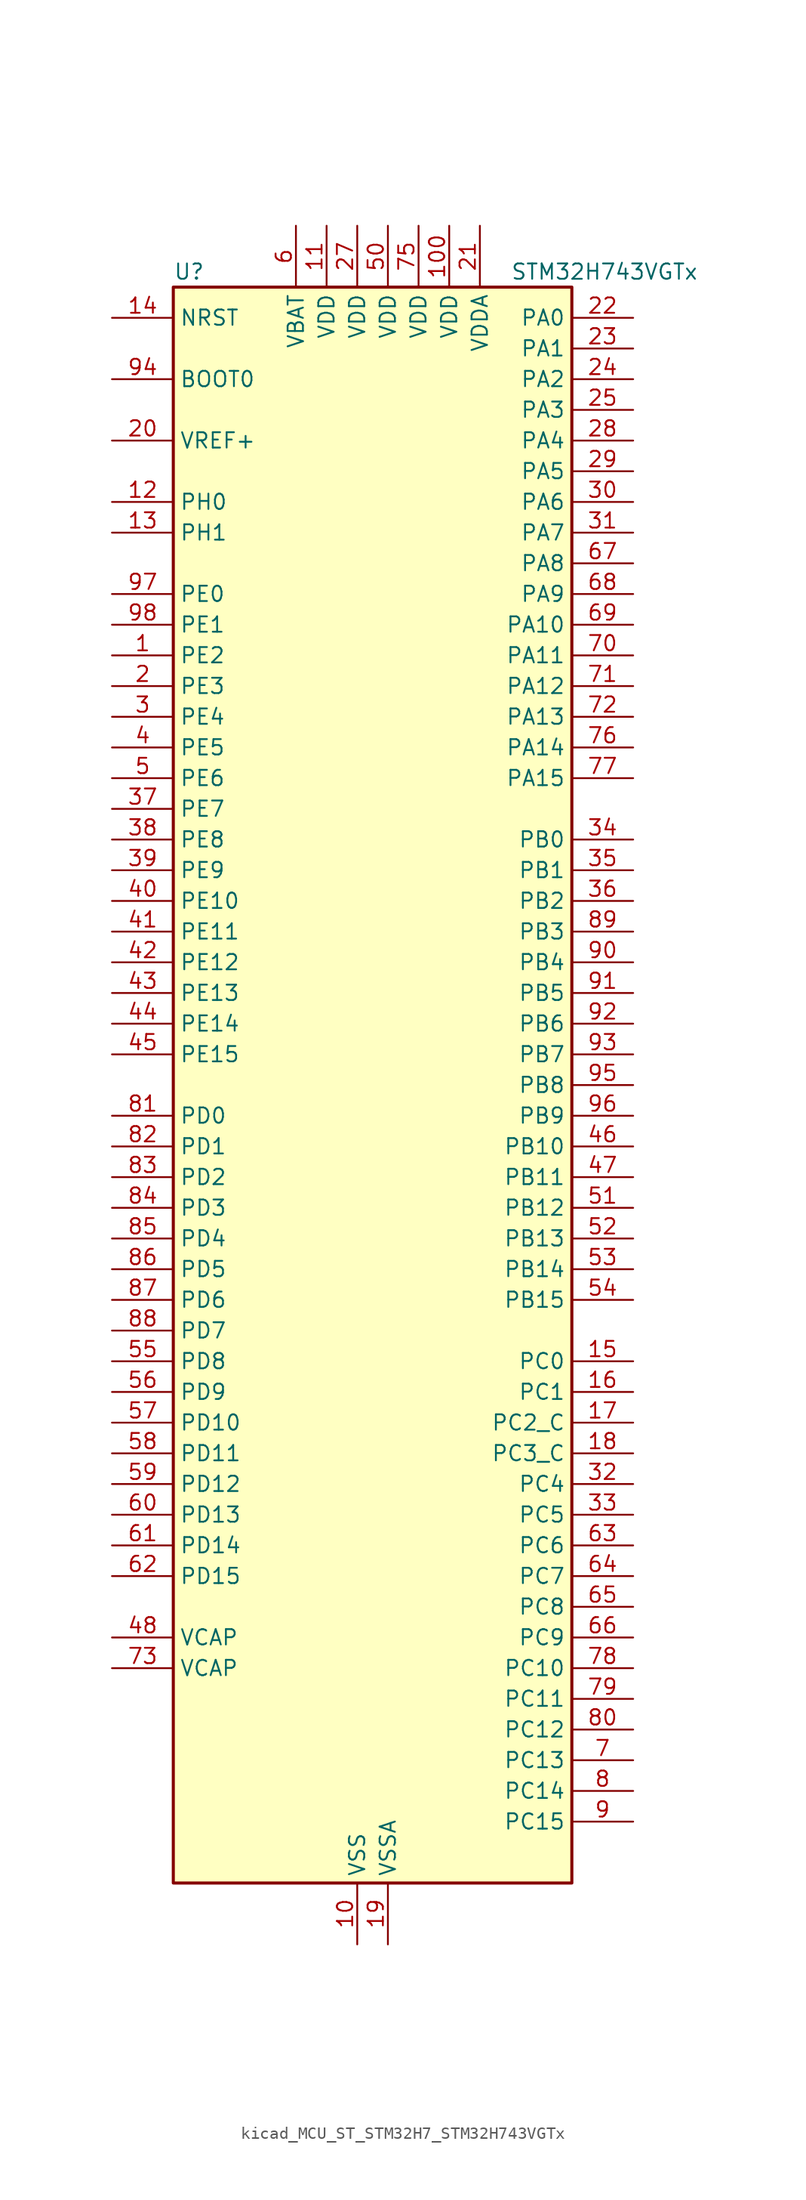
<source format=kicad_sym>
(kicad_symbol_lib
  (version 20220914)
  (generator kicad_symbol_editor)
  (symbol "kicad_MCU_ST_STM32H7_STM32H743VGTx"
    (property "Reference" "U"
      (at -15.24 67.31 0)
      (effects (font (size 1.27 1.27)) (justify left)))
    (property "Value" "STM32H743VGTx"
      (at 12.7 67.31 0)
      (effects (font (size 1.27 1.27)) (justify left)))
    (property "ki_locked" ""
      (at 0 0 0)
      (effects (font (size 1.27 1.27))))
    (symbol "kicad_MCU_ST_STM32H7_STM32H743VGTx_0_1"
      (rectangle (start -15.24 -66.04) (end 17.78 66.04) (stroke (width 0.254) (type default)) (fill (type background))))
    (symbol "kicad_MCU_ST_STM32H7_STM32H743VGTx_1_1"
      (pin bidirectional line (at -20.32 35.56 0) (length 5.08) (name "PE2" (effects (font (size 1.27 1.27)))) (number "1" (effects (font (size 1.27 1.27)))) (alternate "DEBUG_TRACECLK" bidirectional line) (alternate "ETH_TXD3" bidirectional line) (alternate "FMC_A23" bidirectional line) (alternate "QUADSPI_BK1_IO2" bidirectional line) (alternate "SAI1_CK1" bidirectional line) (alternate "SAI1_MCLK_A" bidirectional line) (alternate "SAI4_CK1" bidirectional line) (alternate "SAI4_MCLK_A" bidirectional line) (alternate "SPI4_SCK" bidirectional line))
      (pin power_in line (at 0 -71.12 90) (length 5.08) (name "VSS" (effects (font (size 1.27 1.27)))) (number "10" (effects (font (size 1.27 1.27)))))
      (pin power_in line (at 7.62 71.12 270) (length 5.08) (name "VDD" (effects (font (size 1.27 1.27)))) (number "100" (effects (font (size 1.27 1.27)))))
      (pin power_in line (at -2.54 71.12 270) (length 5.08) (name "VDD" (effects (font (size 1.27 1.27)))) (number "11" (effects (font (size 1.27 1.27)))))
      (pin bidirectional line (at -20.32 48.26 0) (length 5.08) (name "PH0" (effects (font (size 1.27 1.27)))) (number "12" (effects (font (size 1.27 1.27)))) (alternate "RCC_OSC_IN" bidirectional line))
      (pin bidirectional line (at -20.32 45.72 0) (length 5.08) (name "PH1" (effects (font (size 1.27 1.27)))) (number "13" (effects (font (size 1.27 1.27)))) (alternate "RCC_OSC_OUT" bidirectional line))
      (pin input line (at -20.32 63.5 0) (length 5.08) (name "NRST" (effects (font (size 1.27 1.27)))) (number "14" (effects (font (size 1.27 1.27)))))
      (pin bidirectional line (at 22.86 -22.86 180) (length 5.08) (name "PC0" (effects (font (size 1.27 1.27)))) (number "15" (effects (font (size 1.27 1.27)))) (alternate "ADC1_INP10" bidirectional line) (alternate "ADC2_INP10" bidirectional line) (alternate "ADC3_INP10" bidirectional line) (alternate "DFSDM1_CKIN0" bidirectional line) (alternate "DFSDM1_DATIN4" bidirectional line) (alternate "FMC_SDNWE" bidirectional line) (alternate "LTDC_R5" bidirectional line) (alternate "SAI2_FS_B" bidirectional line) (alternate "USB_OTG_HS_ULPI_STP" bidirectional line))
      (pin bidirectional line (at 22.86 -25.4 180) (length 5.08) (name "PC1" (effects (font (size 1.27 1.27)))) (number "16" (effects (font (size 1.27 1.27)))) (alternate "ADC1_INN10" bidirectional line) (alternate "ADC1_INP11" bidirectional line) (alternate "ADC2_INN10" bidirectional line) (alternate "ADC2_INP11" bidirectional line) (alternate "ADC3_INN10" bidirectional line) (alternate "ADC3_INP11" bidirectional line) (alternate "DEBUG_TRACED0" bidirectional line) (alternate "DFSDM1_CKIN4" bidirectional line) (alternate "DFSDM1_DATIN0" bidirectional line) (alternate "ETH_MDC" bidirectional line) (alternate "I2S2_SDO" bidirectional line) (alternate "MDIOS_MDC" bidirectional line) (alternate "PWR_WKUP5" bidirectional line) (alternate "RTC_TAMP3" bidirectional line) (alternate "SAI1_D1" bidirectional line) (alternate "SAI1_SD_A" bidirectional line) (alternate "SAI4_D1" bidirectional line) (alternate "SAI4_SD_A" bidirectional line) (alternate "SDMMC2_CK" bidirectional line) (alternate "SPI2_MOSI" bidirectional line))
      (pin bidirectional line (at 22.86 -27.94 180) (length 5.08) (name "PC2_C" (effects (font (size 1.27 1.27)))) (number "17" (effects (font (size 1.27 1.27)))) (alternate "ADC3_INN1" bidirectional line) (alternate "ADC3_INP0" bidirectional line) (alternate "DFSDM1_CKIN1" bidirectional line) (alternate "DFSDM1_CKOUT" bidirectional line) (alternate "ETH_TXD2" bidirectional line) (alternate "FMC_SDNE0" bidirectional line) (alternate "I2S2_SDI" bidirectional line) (alternate "PWR_CSTOP" bidirectional line) (alternate "SPI2_MISO" bidirectional line) (alternate "USB_OTG_HS_ULPI_DIR" bidirectional line))
      (pin bidirectional line (at 22.86 -30.48 180) (length 5.08) (name "PC3_C" (effects (font (size 1.27 1.27)))) (number "18" (effects (font (size 1.27 1.27)))) (alternate "ADC3_INP1" bidirectional line) (alternate "DFSDM1_DATIN1" bidirectional line) (alternate "ETH_TX_CLK" bidirectional line) (alternate "FMC_SDCKE0" bidirectional line) (alternate "I2S2_SDO" bidirectional line) (alternate "PWR_CSLEEP" bidirectional line) (alternate "SPI2_MOSI" bidirectional line) (alternate "USB_OTG_HS_ULPI_NXT" bidirectional line))
      (pin power_in line (at 2.54 -71.12 90) (length 5.08) (name "VSSA" (effects (font (size 1.27 1.27)))) (number "19" (effects (font (size 1.27 1.27)))))
      (pin bidirectional line (at -20.32 33.02 0) (length 5.08) (name "PE3" (effects (font (size 1.27 1.27)))) (number "2" (effects (font (size 1.27 1.27)))) (alternate "DEBUG_TRACED0" bidirectional line) (alternate "FMC_A19" bidirectional line) (alternate "SAI1_SD_B" bidirectional line) (alternate "SAI4_SD_B" bidirectional line) (alternate "TIM15_BKIN" bidirectional line))
      (pin input line (at -20.32 53.34 0) (length 5.08) (name "VREF+" (effects (font (size 1.27 1.27)))) (number "20" (effects (font (size 1.27 1.27)))) (alternate "VREFBUF_OUT" bidirectional line))
      (pin power_in line (at 10.16 71.12 270) (length 5.08) (name "VDDA" (effects (font (size 1.27 1.27)))) (number "21" (effects (font (size 1.27 1.27)))))
      (pin bidirectional line (at 22.86 63.5 180) (length 5.08) (name "PA0" (effects (font (size 1.27 1.27)))) (number "22" (effects (font (size 1.27 1.27)))) (alternate "ADC1_INP16" bidirectional line) (alternate "ETH_CRS" bidirectional line) (alternate "PWR_WKUP0" bidirectional line) (alternate "SAI2_SD_B" bidirectional line) (alternate "SDMMC2_CMD" bidirectional line) (alternate "TIM15_BKIN" bidirectional line) (alternate "TIM2_CH1" bidirectional line) (alternate "TIM2_ETR" bidirectional line) (alternate "TIM5_CH1" bidirectional line) (alternate "TIM8_ETR" bidirectional line) (alternate "UART4_TX" bidirectional line) (alternate "USART2_CTS" bidirectional line) (alternate "USART2_NSS" bidirectional line))
      (pin bidirectional line (at 22.86 60.96 180) (length 5.08) (name "PA1" (effects (font (size 1.27 1.27)))) (number "23" (effects (font (size 1.27 1.27)))) (alternate "ADC1_INN16" bidirectional line) (alternate "ADC1_INP17" bidirectional line) (alternate "ETH_REF_CLK" bidirectional line) (alternate "ETH_RX_CLK" bidirectional line) (alternate "LPTIM3_OUT" bidirectional line) (alternate "LTDC_R2" bidirectional line) (alternate "QUADSPI_BK1_IO3" bidirectional line) (alternate "SAI2_MCLK_B" bidirectional line) (alternate "TIM15_CH1N" bidirectional line) (alternate "TIM2_CH2" bidirectional line) (alternate "TIM5_CH2" bidirectional line) (alternate "UART4_RX" bidirectional line) (alternate "USART2_DE" bidirectional line) (alternate "USART2_RTS" bidirectional line))
      (pin bidirectional line (at 22.86 58.42 180) (length 5.08) (name "PA2" (effects (font (size 1.27 1.27)))) (number "24" (effects (font (size 1.27 1.27)))) (alternate "ADC1_INP14" bidirectional line) (alternate "ADC2_INP14" bidirectional line) (alternate "ETH_MDIO" bidirectional line) (alternate "LPTIM4_OUT" bidirectional line) (alternate "LTDC_R1" bidirectional line) (alternate "MDIOS_MDIO" bidirectional line) (alternate "PWR_WKUP1" bidirectional line) (alternate "SAI2_SCK_B" bidirectional line) (alternate "TIM15_CH1" bidirectional line) (alternate "TIM2_CH3" bidirectional line) (alternate "TIM5_CH3" bidirectional line) (alternate "USART2_TX" bidirectional line))
      (pin bidirectional line (at 22.86 55.88 180) (length 5.08) (name "PA3" (effects (font (size 1.27 1.27)))) (number "25" (effects (font (size 1.27 1.27)))) (alternate "ADC1_INP15" bidirectional line) (alternate "ADC2_INP15" bidirectional line) (alternate "ETH_COL" bidirectional line) (alternate "LPTIM5_OUT" bidirectional line) (alternate "LTDC_B2" bidirectional line) (alternate "LTDC_B5" bidirectional line) (alternate "TIM15_CH2" bidirectional line) (alternate "TIM2_CH4" bidirectional line) (alternate "TIM5_CH4" bidirectional line) (alternate "USART2_RX" bidirectional line) (alternate "USB_OTG_HS_ULPI_D0" bidirectional line))
      (pin passive line (at 0 -71.12 90) (length 5.08) hide (name "VSS" (effects (font (size 1.27 1.27)))) (number "26" (effects (font (size 1.27 1.27)))))
      (pin power_in line (at 0 71.12 270) (length 5.08) (name "VDD" (effects (font (size 1.27 1.27)))) (number "27" (effects (font (size 1.27 1.27)))))
      (pin bidirectional line (at 22.86 53.34 180) (length 5.08) (name "PA4" (effects (font (size 1.27 1.27)))) (number "28" (effects (font (size 1.27 1.27)))) (alternate "ADC1_INP18" bidirectional line) (alternate "ADC2_INP18" bidirectional line) (alternate "DAC1_OUT1" bidirectional line) (alternate "DCMI_HSYNC" bidirectional line) (alternate "I2S1_WS" bidirectional line) (alternate "I2S3_WS" bidirectional line) (alternate "LTDC_VSYNC" bidirectional line) (alternate "SPI1_NSS" bidirectional line) (alternate "SPI3_NSS" bidirectional line) (alternate "SPI6_NSS" bidirectional line) (alternate "TIM5_ETR" bidirectional line) (alternate "USART2_CK" bidirectional line) (alternate "USB_OTG_HS_SOF" bidirectional line))
      (pin bidirectional line (at 22.86 50.8 180) (length 5.08) (name "PA5" (effects (font (size 1.27 1.27)))) (number "29" (effects (font (size 1.27 1.27)))) (alternate "ADC1_INN18" bidirectional line) (alternate "ADC1_INP19" bidirectional line) (alternate "ADC2_INN18" bidirectional line) (alternate "ADC2_INP19" bidirectional line) (alternate "DAC1_OUT2" bidirectional line) (alternate "I2S1_CK" bidirectional line) (alternate "LTDC_R4" bidirectional line) (alternate "PWR_NDSTOP2" bidirectional line) (alternate "SPI1_SCK" bidirectional line) (alternate "SPI6_SCK" bidirectional line) (alternate "TIM2_CH1" bidirectional line) (alternate "TIM2_ETR" bidirectional line) (alternate "TIM8_CH1N" bidirectional line) (alternate "USB_OTG_HS_ULPI_CK" bidirectional line))
      (pin bidirectional line (at -20.32 30.48 0) (length 5.08) (name "PE4" (effects (font (size 1.27 1.27)))) (number "3" (effects (font (size 1.27 1.27)))) (alternate "DCMI_D4" bidirectional line) (alternate "DEBUG_TRACED1" bidirectional line) (alternate "DFSDM1_DATIN3" bidirectional line) (alternate "FMC_A20" bidirectional line) (alternate "LTDC_B0" bidirectional line) (alternate "SAI1_D2" bidirectional line) (alternate "SAI1_FS_A" bidirectional line) (alternate "SAI4_D2" bidirectional line) (alternate "SAI4_FS_A" bidirectional line) (alternate "SPI4_NSS" bidirectional line) (alternate "TIM15_CH1N" bidirectional line))
      (pin bidirectional line (at 22.86 48.26 180) (length 5.08) (name "PA6" (effects (font (size 1.27 1.27)))) (number "30" (effects (font (size 1.27 1.27)))) (alternate "ADC1_INP3" bidirectional line) (alternate "ADC2_INP3" bidirectional line) (alternate "DCMI_PIXCLK" bidirectional line) (alternate "I2S1_SDI" bidirectional line) (alternate "LTDC_G2" bidirectional line) (alternate "MDIOS_MDC" bidirectional line) (alternate "SPI1_MISO" bidirectional line) (alternate "SPI6_MISO" bidirectional line) (alternate "TIM13_CH1" bidirectional line) (alternate "TIM1_BKIN" bidirectional line) (alternate "TIM1_BKIN_COMP1" bidirectional line) (alternate "TIM1_BKIN_COMP2" bidirectional line) (alternate "TIM3_CH1" bidirectional line) (alternate "TIM8_BKIN" bidirectional line) (alternate "TIM8_BKIN_COMP1" bidirectional line) (alternate "TIM8_BKIN_COMP2" bidirectional line))
      (pin bidirectional line (at 22.86 45.72 180) (length 5.08) (name "PA7" (effects (font (size 1.27 1.27)))) (number "31" (effects (font (size 1.27 1.27)))) (alternate "ADC1_INN3" bidirectional line) (alternate "ADC1_INP7" bidirectional line) (alternate "ADC2_INN3" bidirectional line) (alternate "ADC2_INP7" bidirectional line) (alternate "ETH_CRS_DV" bidirectional line) (alternate "ETH_RX_DV" bidirectional line) (alternate "FMC_SDNWE" bidirectional line) (alternate "I2S1_SDO" bidirectional line) (alternate "OPAMP1_VINM" bidirectional line) (alternate "OPAMP1_VINM1" bidirectional line) (alternate "SPI1_MOSI" bidirectional line) (alternate "SPI6_MOSI" bidirectional line) (alternate "TIM14_CH1" bidirectional line) (alternate "TIM1_CH1N" bidirectional line) (alternate "TIM3_CH2" bidirectional line) (alternate "TIM8_CH1N" bidirectional line))
      (pin bidirectional line (at 22.86 -33.02 180) (length 5.08) (name "PC4" (effects (font (size 1.27 1.27)))) (number "32" (effects (font (size 1.27 1.27)))) (alternate "ADC1_INP4" bidirectional line) (alternate "ADC2_INP4" bidirectional line) (alternate "COMP1_INM" bidirectional line) (alternate "DFSDM1_CKIN2" bidirectional line) (alternate "ETH_RXD0" bidirectional line) (alternate "FMC_SDNE0" bidirectional line) (alternate "I2S1_MCK" bidirectional line) (alternate "OPAMP1_VOUT" bidirectional line) (alternate "SPDIFRX1_IN2" bidirectional line))
      (pin bidirectional line (at 22.86 -35.56 180) (length 5.08) (name "PC5" (effects (font (size 1.27 1.27)))) (number "33" (effects (font (size 1.27 1.27)))) (alternate "ADC1_INN4" bidirectional line) (alternate "ADC1_INP8" bidirectional line) (alternate "ADC2_INN4" bidirectional line) (alternate "ADC2_INP8" bidirectional line) (alternate "COMP1_OUT" bidirectional line) (alternate "DFSDM1_DATIN2" bidirectional line) (alternate "ETH_RXD1" bidirectional line) (alternate "FMC_SDCKE0" bidirectional line) (alternate "OPAMP1_VINM" bidirectional line) (alternate "OPAMP1_VINM0" bidirectional line) (alternate "SAI1_D3" bidirectional line) (alternate "SAI4_D3" bidirectional line) (alternate "SPDIFRX1_IN3" bidirectional line))
      (pin bidirectional line (at 22.86 20.32 180) (length 5.08) (name "PB0" (effects (font (size 1.27 1.27)))) (number "34" (effects (font (size 1.27 1.27)))) (alternate "ADC1_INN5" bidirectional line) (alternate "ADC1_INP9" bidirectional line) (alternate "ADC2_INN5" bidirectional line) (alternate "ADC2_INP9" bidirectional line) (alternate "COMP1_INP" bidirectional line) (alternate "DFSDM1_CKOUT" bidirectional line) (alternate "ETH_RXD2" bidirectional line) (alternate "LTDC_G1" bidirectional line) (alternate "LTDC_R3" bidirectional line) (alternate "OPAMP1_VINP" bidirectional line) (alternate "TIM1_CH2N" bidirectional line) (alternate "TIM3_CH3" bidirectional line) (alternate "TIM8_CH2N" bidirectional line) (alternate "UART4_CTS" bidirectional line) (alternate "USB_OTG_HS_ULPI_D1" bidirectional line))
      (pin bidirectional line (at 22.86 17.78 180) (length 5.08) (name "PB1" (effects (font (size 1.27 1.27)))) (number "35" (effects (font (size 1.27 1.27)))) (alternate "ADC1_INP5" bidirectional line) (alternate "ADC2_INP5" bidirectional line) (alternate "COMP1_INM" bidirectional line) (alternate "DFSDM1_DATIN1" bidirectional line) (alternate "ETH_RXD3" bidirectional line) (alternate "LTDC_G0" bidirectional line) (alternate "LTDC_R6" bidirectional line) (alternate "TIM1_CH3N" bidirectional line) (alternate "TIM3_CH4" bidirectional line) (alternate "TIM8_CH3N" bidirectional line) (alternate "USB_OTG_HS_ULPI_D2" bidirectional line))
      (pin bidirectional line (at 22.86 15.24 180) (length 5.08) (name "PB2" (effects (font (size 1.27 1.27)))) (number "36" (effects (font (size 1.27 1.27)))) (alternate "COMP1_INP" bidirectional line) (alternate "DFSDM1_CKIN1" bidirectional line) (alternate "I2S3_SDO" bidirectional line) (alternate "QUADSPI_CLK" bidirectional line) (alternate "RTC_OUT_ALARM" bidirectional line) (alternate "RTC_OUT_CALIB" bidirectional line) (alternate "SAI1_D1" bidirectional line) (alternate "SAI1_SD_A" bidirectional line) (alternate "SAI4_D1" bidirectional line) (alternate "SAI4_SD_A" bidirectional line) (alternate "SPI3_MOSI" bidirectional line))
      (pin bidirectional line (at -20.32 22.86 0) (length 5.08) (name "PE7" (effects (font (size 1.27 1.27)))) (number "37" (effects (font (size 1.27 1.27)))) (alternate "COMP2_INM" bidirectional line) (alternate "DFSDM1_DATIN2" bidirectional line) (alternate "FMC_D4" bidirectional line) (alternate "FMC_DA4" bidirectional line) (alternate "OPAMP2_VOUT" bidirectional line) (alternate "QUADSPI_BK2_IO0" bidirectional line) (alternate "TIM1_ETR" bidirectional line) (alternate "UART7_RX" bidirectional line))
      (pin bidirectional line (at -20.32 20.32 0) (length 5.08) (name "PE8" (effects (font (size 1.27 1.27)))) (number "38" (effects (font (size 1.27 1.27)))) (alternate "COMP2_OUT" bidirectional line) (alternate "DFSDM1_CKIN2" bidirectional line) (alternate "FMC_D5" bidirectional line) (alternate "FMC_DA5" bidirectional line) (alternate "OPAMP2_VINM" bidirectional line) (alternate "OPAMP2_VINM0" bidirectional line) (alternate "QUADSPI_BK2_IO1" bidirectional line) (alternate "TIM1_CH1N" bidirectional line) (alternate "UART7_TX" bidirectional line))
      (pin bidirectional line (at -20.32 17.78 0) (length 5.08) (name "PE9" (effects (font (size 1.27 1.27)))) (number "39" (effects (font (size 1.27 1.27)))) (alternate "COMP2_INP" bidirectional line) (alternate "DAC1_EXTI9" bidirectional line) (alternate "DFSDM1_CKOUT" bidirectional line) (alternate "FMC_D6" bidirectional line) (alternate "FMC_DA6" bidirectional line) (alternate "OPAMP2_VINP" bidirectional line) (alternate "QUADSPI_BK2_IO2" bidirectional line) (alternate "TIM1_CH1" bidirectional line) (alternate "UART7_DE" bidirectional line) (alternate "UART7_RTS" bidirectional line))
      (pin bidirectional line (at -20.32 27.94 0) (length 5.08) (name "PE5" (effects (font (size 1.27 1.27)))) (number "4" (effects (font (size 1.27 1.27)))) (alternate "DCMI_D6" bidirectional line) (alternate "DEBUG_TRACED2" bidirectional line) (alternate "DFSDM1_CKIN3" bidirectional line) (alternate "FMC_A21" bidirectional line) (alternate "LTDC_G0" bidirectional line) (alternate "SAI1_CK2" bidirectional line) (alternate "SAI1_SCK_A" bidirectional line) (alternate "SAI4_CK2" bidirectional line) (alternate "SAI4_SCK_A" bidirectional line) (alternate "SPI4_MISO" bidirectional line) (alternate "TIM15_CH1" bidirectional line))
      (pin bidirectional line (at -20.32 15.24 0) (length 5.08) (name "PE10" (effects (font (size 1.27 1.27)))) (number "40" (effects (font (size 1.27 1.27)))) (alternate "COMP2_INM" bidirectional line) (alternate "DFSDM1_DATIN4" bidirectional line) (alternate "FMC_D7" bidirectional line) (alternate "FMC_DA7" bidirectional line) (alternate "QUADSPI_BK2_IO3" bidirectional line) (alternate "TIM1_CH2N" bidirectional line) (alternate "UART7_CTS" bidirectional line))
      (pin bidirectional line (at -20.32 12.7 0) (length 5.08) (name "PE11" (effects (font (size 1.27 1.27)))) (number "41" (effects (font (size 1.27 1.27)))) (alternate "ADC1_EXTI11" bidirectional line) (alternate "ADC2_EXTI11" bidirectional line) (alternate "ADC3_EXTI11" bidirectional line) (alternate "COMP2_INP" bidirectional line) (alternate "DFSDM1_CKIN4" bidirectional line) (alternate "FMC_D8" bidirectional line) (alternate "FMC_DA8" bidirectional line) (alternate "LTDC_G3" bidirectional line) (alternate "SAI2_SD_B" bidirectional line) (alternate "SPI4_NSS" bidirectional line) (alternate "TIM1_CH2" bidirectional line))
      (pin bidirectional line (at -20.32 10.16 0) (length 5.08) (name "PE12" (effects (font (size 1.27 1.27)))) (number "42" (effects (font (size 1.27 1.27)))) (alternate "COMP1_OUT" bidirectional line) (alternate "DFSDM1_DATIN5" bidirectional line) (alternate "FMC_D9" bidirectional line) (alternate "FMC_DA9" bidirectional line) (alternate "LTDC_B4" bidirectional line) (alternate "SAI2_SCK_B" bidirectional line) (alternate "SPI4_SCK" bidirectional line) (alternate "TIM1_CH3N" bidirectional line))
      (pin bidirectional line (at -20.32 7.62 0) (length 5.08) (name "PE13" (effects (font (size 1.27 1.27)))) (number "43" (effects (font (size 1.27 1.27)))) (alternate "COMP2_OUT" bidirectional line) (alternate "DFSDM1_CKIN5" bidirectional line) (alternate "FMC_D10" bidirectional line) (alternate "FMC_DA10" bidirectional line) (alternate "LTDC_DE" bidirectional line) (alternate "SAI2_FS_B" bidirectional line) (alternate "SPI4_MISO" bidirectional line) (alternate "TIM1_CH3" bidirectional line))
      (pin bidirectional line (at -20.32 5.08 0) (length 5.08) (name "PE14" (effects (font (size 1.27 1.27)))) (number "44" (effects (font (size 1.27 1.27)))) (alternate "FMC_D11" bidirectional line) (alternate "FMC_DA11" bidirectional line) (alternate "LTDC_CLK" bidirectional line) (alternate "SAI2_MCLK_B" bidirectional line) (alternate "SPI4_MOSI" bidirectional line) (alternate "TIM1_CH4" bidirectional line))
      (pin bidirectional line (at -20.32 2.54 0) (length 5.08) (name "PE15" (effects (font (size 1.27 1.27)))) (number "45" (effects (font (size 1.27 1.27)))) (alternate "ADC1_EXTI15" bidirectional line) (alternate "ADC2_EXTI15" bidirectional line) (alternate "ADC3_EXTI15" bidirectional line) (alternate "FMC_D12" bidirectional line) (alternate "FMC_DA12" bidirectional line) (alternate "LTDC_R7" bidirectional line) (alternate "TIM1_BKIN" bidirectional line) (alternate "TIM1_BKIN_COMP1" bidirectional line) (alternate "TIM1_BKIN_COMP2" bidirectional line))
      (pin bidirectional line (at 22.86 -5.08 180) (length 5.08) (name "PB10" (effects (font (size 1.27 1.27)))) (number "46" (effects (font (size 1.27 1.27)))) (alternate "DFSDM1_DATIN7" bidirectional line) (alternate "ETH_RX_ER" bidirectional line) (alternate "HRTIM_SCOUT" bidirectional line) (alternate "I2C2_SCL" bidirectional line) (alternate "I2S2_CK" bidirectional line) (alternate "LPTIM2_IN1" bidirectional line) (alternate "LTDC_G4" bidirectional line) (alternate "QUADSPI_BK1_NCS" bidirectional line) (alternate "SPI2_SCK" bidirectional line) (alternate "TIM2_CH3" bidirectional line) (alternate "USART3_TX" bidirectional line) (alternate "USB_OTG_HS_ULPI_D3" bidirectional line))
      (pin bidirectional line (at 22.86 -7.62 180) (length 5.08) (name "PB11" (effects (font (size 1.27 1.27)))) (number "47" (effects (font (size 1.27 1.27)))) (alternate "ADC1_EXTI11" bidirectional line) (alternate "ADC2_EXTI11" bidirectional line) (alternate "ADC3_EXTI11" bidirectional line) (alternate "DFSDM1_CKIN7" bidirectional line) (alternate "ETH_TX_EN" bidirectional line) (alternate "HRTIM_SCIN" bidirectional line) (alternate "I2C2_SDA" bidirectional line) (alternate "LPTIM2_ETR" bidirectional line) (alternate "LTDC_G5" bidirectional line) (alternate "TIM2_CH4" bidirectional line) (alternate "USART3_RX" bidirectional line) (alternate "USB_OTG_HS_ULPI_D4" bidirectional line))
      (pin power_out line (at -20.32 -45.72 0) (length 5.08) (name "VCAP" (effects (font (size 1.27 1.27)))) (number "48" (effects (font (size 1.27 1.27)))))
      (pin passive line (at 0 -71.12 90) (length 5.08) hide (name "VSS" (effects (font (size 1.27 1.27)))) (number "49" (effects (font (size 1.27 1.27)))))
      (pin bidirectional line (at -20.32 25.4 0) (length 5.08) (name "PE6" (effects (font (size 1.27 1.27)))) (number "5" (effects (font (size 1.27 1.27)))) (alternate "DCMI_D7" bidirectional line) (alternate "DEBUG_TRACED3" bidirectional line) (alternate "FMC_A22" bidirectional line) (alternate "LTDC_G1" bidirectional line) (alternate "SAI1_D1" bidirectional line) (alternate "SAI1_SD_A" bidirectional line) (alternate "SAI2_MCLK_B" bidirectional line) (alternate "SAI4_D1" bidirectional line) (alternate "SAI4_SD_A" bidirectional line) (alternate "SPI4_MOSI" bidirectional line) (alternate "TIM15_CH2" bidirectional line) (alternate "TIM1_BKIN2" bidirectional line) (alternate "TIM1_BKIN2_COMP1" bidirectional line) (alternate "TIM1_BKIN2_COMP2" bidirectional line))
      (pin power_in line (at 2.54 71.12 270) (length 5.08) (name "VDD" (effects (font (size 1.27 1.27)))) (number "50" (effects (font (size 1.27 1.27)))))
      (pin bidirectional line (at 22.86 -10.16 180) (length 5.08) (name "PB12" (effects (font (size 1.27 1.27)))) (number "51" (effects (font (size 1.27 1.27)))) (alternate "DFSDM1_DATIN1" bidirectional line) (alternate "ETH_TXD0" bidirectional line) (alternate "FDCAN2_RX" bidirectional line) (alternate "I2C2_SMBA" bidirectional line) (alternate "I2S2_WS" bidirectional line) (alternate "SPI2_NSS" bidirectional line) (alternate "TIM1_BKIN" bidirectional line) (alternate "TIM1_BKIN_COMP1" bidirectional line) (alternate "TIM1_BKIN_COMP2" bidirectional line) (alternate "UART5_RX" bidirectional line) (alternate "USART3_CK" bidirectional line) (alternate "USB_OTG_HS_ID" bidirectional line) (alternate "USB_OTG_HS_ULPI_D5" bidirectional line))
      (pin bidirectional line (at 22.86 -12.7 180) (length 5.08) (name "PB13" (effects (font (size 1.27 1.27)))) (number "52" (effects (font (size 1.27 1.27)))) (alternate "DFSDM1_CKIN1" bidirectional line) (alternate "ETH_TXD1" bidirectional line) (alternate "FDCAN2_TX" bidirectional line) (alternate "I2S2_CK" bidirectional line) (alternate "LPTIM2_OUT" bidirectional line) (alternate "SPI2_SCK" bidirectional line) (alternate "TIM1_CH1N" bidirectional line) (alternate "UART5_TX" bidirectional line) (alternate "USART3_CTS" bidirectional line) (alternate "USART3_NSS" bidirectional line) (alternate "USB_OTG_HS_ULPI_D6" bidirectional line) (alternate "USB_OTG_HS_VBUS" bidirectional line))
      (pin bidirectional line (at 22.86 -15.24 180) (length 5.08) (name "PB14" (effects (font (size 1.27 1.27)))) (number "53" (effects (font (size 1.27 1.27)))) (alternate "DFSDM1_DATIN2" bidirectional line) (alternate "I2S2_SDI" bidirectional line) (alternate "SDMMC2_D0" bidirectional line) (alternate "SPI2_MISO" bidirectional line) (alternate "TIM12_CH1" bidirectional line) (alternate "TIM1_CH2N" bidirectional line) (alternate "TIM8_CH2N" bidirectional line) (alternate "UART4_DE" bidirectional line) (alternate "UART4_RTS" bidirectional line) (alternate "USART1_TX" bidirectional line) (alternate "USART3_DE" bidirectional line) (alternate "USART3_RTS" bidirectional line) (alternate "USB_OTG_HS_DM" bidirectional line))
      (pin bidirectional line (at 22.86 -17.78 180) (length 5.08) (name "PB15" (effects (font (size 1.27 1.27)))) (number "54" (effects (font (size 1.27 1.27)))) (alternate "ADC1_EXTI15" bidirectional line) (alternate "ADC2_EXTI15" bidirectional line) (alternate "ADC3_EXTI15" bidirectional line) (alternate "DFSDM1_CKIN2" bidirectional line) (alternate "I2S2_SDO" bidirectional line) (alternate "RTC_REFIN" bidirectional line) (alternate "SDMMC2_D1" bidirectional line) (alternate "SPI2_MOSI" bidirectional line) (alternate "TIM12_CH2" bidirectional line) (alternate "TIM1_CH3N" bidirectional line) (alternate "TIM8_CH3N" bidirectional line) (alternate "UART4_CTS" bidirectional line) (alternate "USART1_RX" bidirectional line) (alternate "USB_OTG_HS_DP" bidirectional line))
      (pin bidirectional line (at -20.32 -22.86 0) (length 5.08) (name "PD8" (effects (font (size 1.27 1.27)))) (number "55" (effects (font (size 1.27 1.27)))) (alternate "DFSDM1_CKIN3" bidirectional line) (alternate "FMC_D13" bidirectional line) (alternate "FMC_DA13" bidirectional line) (alternate "SAI3_SCK_B" bidirectional line) (alternate "SPDIFRX1_IN1" bidirectional line) (alternate "USART3_TX" bidirectional line))
      (pin bidirectional line (at -20.32 -25.4 0) (length 5.08) (name "PD9" (effects (font (size 1.27 1.27)))) (number "56" (effects (font (size 1.27 1.27)))) (alternate "DAC1_EXTI9" bidirectional line) (alternate "DFSDM1_DATIN3" bidirectional line) (alternate "FMC_D14" bidirectional line) (alternate "FMC_DA14" bidirectional line) (alternate "SAI3_SD_B" bidirectional line) (alternate "USART3_RX" bidirectional line))
      (pin bidirectional line (at -20.32 -27.94 0) (length 5.08) (name "PD10" (effects (font (size 1.27 1.27)))) (number "57" (effects (font (size 1.27 1.27)))) (alternate "DFSDM1_CKOUT" bidirectional line) (alternate "FMC_D15" bidirectional line) (alternate "FMC_DA15" bidirectional line) (alternate "LTDC_B3" bidirectional line) (alternate "SAI3_FS_B" bidirectional line) (alternate "USART3_CK" bidirectional line))
      (pin bidirectional line (at -20.32 -30.48 0) (length 5.08) (name "PD11" (effects (font (size 1.27 1.27)))) (number "58" (effects (font (size 1.27 1.27)))) (alternate "ADC1_EXTI11" bidirectional line) (alternate "ADC2_EXTI11" bidirectional line) (alternate "ADC3_EXTI11" bidirectional line) (alternate "FMC_A16" bidirectional line) (alternate "FMC_CLE" bidirectional line) (alternate "I2C4_SMBA" bidirectional line) (alternate "LPTIM2_IN2" bidirectional line) (alternate "QUADSPI_BK1_IO0" bidirectional line) (alternate "SAI2_SD_A" bidirectional line) (alternate "USART3_CTS" bidirectional line) (alternate "USART3_NSS" bidirectional line))
      (pin bidirectional line (at -20.32 -33.02 0) (length 5.08) (name "PD12" (effects (font (size 1.27 1.27)))) (number "59" (effects (font (size 1.27 1.27)))) (alternate "FMC_A17" bidirectional line) (alternate "FMC_ALE" bidirectional line) (alternate "I2C4_SCL" bidirectional line) (alternate "LPTIM1_IN1" bidirectional line) (alternate "LPTIM2_IN1" bidirectional line) (alternate "QUADSPI_BK1_IO1" bidirectional line) (alternate "SAI2_FS_A" bidirectional line) (alternate "TIM4_CH1" bidirectional line) (alternate "USART3_DE" bidirectional line) (alternate "USART3_RTS" bidirectional line))
      (pin power_in line (at -5.08 71.12 270) (length 5.08) (name "VBAT" (effects (font (size 1.27 1.27)))) (number "6" (effects (font (size 1.27 1.27)))))
      (pin bidirectional line (at -20.32 -35.56 0) (length 5.08) (name "PD13" (effects (font (size 1.27 1.27)))) (number "60" (effects (font (size 1.27 1.27)))) (alternate "FMC_A18" bidirectional line) (alternate "I2C4_SDA" bidirectional line) (alternate "LPTIM1_OUT" bidirectional line) (alternate "QUADSPI_BK1_IO3" bidirectional line) (alternate "SAI2_SCK_A" bidirectional line) (alternate "TIM4_CH2" bidirectional line))
      (pin bidirectional line (at -20.32 -38.1 0) (length 5.08) (name "PD14" (effects (font (size 1.27 1.27)))) (number "61" (effects (font (size 1.27 1.27)))) (alternate "FMC_D0" bidirectional line) (alternate "FMC_DA0" bidirectional line) (alternate "SAI3_MCLK_B" bidirectional line) (alternate "TIM4_CH3" bidirectional line) (alternate "UART8_CTS" bidirectional line))
      (pin bidirectional line (at -20.32 -40.64 0) (length 5.08) (name "PD15" (effects (font (size 1.27 1.27)))) (number "62" (effects (font (size 1.27 1.27)))) (alternate "ADC1_EXTI15" bidirectional line) (alternate "ADC2_EXTI15" bidirectional line) (alternate "ADC3_EXTI15" bidirectional line) (alternate "FMC_D1" bidirectional line) (alternate "FMC_DA1" bidirectional line) (alternate "SAI3_MCLK_A" bidirectional line) (alternate "TIM4_CH4" bidirectional line) (alternate "UART8_DE" bidirectional line) (alternate "UART8_RTS" bidirectional line))
      (pin bidirectional line (at 22.86 -38.1 180) (length 5.08) (name "PC6" (effects (font (size 1.27 1.27)))) (number "63" (effects (font (size 1.27 1.27)))) (alternate "DCMI_D0" bidirectional line) (alternate "DFSDM1_CKIN3" bidirectional line) (alternate "FMC_NWAIT" bidirectional line) (alternate "HRTIM_CHA1" bidirectional line) (alternate "I2S2_MCK" bidirectional line) (alternate "LTDC_HSYNC" bidirectional line) (alternate "SDMMC1_D0DIR" bidirectional line) (alternate "SDMMC1_D6" bidirectional line) (alternate "SDMMC2_D6" bidirectional line) (alternate "SWPMI1_IO" bidirectional line) (alternate "TIM3_CH1" bidirectional line) (alternate "TIM8_CH1" bidirectional line) (alternate "USART6_TX" bidirectional line))
      (pin bidirectional line (at 22.86 -40.64 180) (length 5.08) (name "PC7" (effects (font (size 1.27 1.27)))) (number "64" (effects (font (size 1.27 1.27)))) (alternate "DCMI_D1" bidirectional line) (alternate "DEBUG_TRGIO" bidirectional line) (alternate "DFSDM1_DATIN3" bidirectional line) (alternate "FMC_NE1" bidirectional line) (alternate "HRTIM_CHA2" bidirectional line) (alternate "I2S3_MCK" bidirectional line) (alternate "LTDC_G6" bidirectional line) (alternate "SDMMC1_D123DIR" bidirectional line) (alternate "SDMMC1_D7" bidirectional line) (alternate "SDMMC2_D7" bidirectional line) (alternate "SWPMI1_TX" bidirectional line) (alternate "TIM3_CH2" bidirectional line) (alternate "TIM8_CH2" bidirectional line) (alternate "USART6_RX" bidirectional line))
      (pin bidirectional line (at 22.86 -43.18 180) (length 5.08) (name "PC8" (effects (font (size 1.27 1.27)))) (number "65" (effects (font (size 1.27 1.27)))) (alternate "DCMI_D2" bidirectional line) (alternate "DEBUG_TRACED1" bidirectional line) (alternate "FMC_NCE" bidirectional line) (alternate "FMC_NE2" bidirectional line) (alternate "HRTIM_CHB1" bidirectional line) (alternate "SDMMC1_D0" bidirectional line) (alternate "SWPMI1_RX" bidirectional line) (alternate "TIM3_CH3" bidirectional line) (alternate "TIM8_CH3" bidirectional line) (alternate "UART5_DE" bidirectional line) (alternate "UART5_RTS" bidirectional line) (alternate "USART6_CK" bidirectional line))
      (pin bidirectional line (at 22.86 -45.72 180) (length 5.08) (name "PC9" (effects (font (size 1.27 1.27)))) (number "66" (effects (font (size 1.27 1.27)))) (alternate "DAC1_EXTI9" bidirectional line) (alternate "DCMI_D3" bidirectional line) (alternate "I2C3_SDA" bidirectional line) (alternate "I2S_CKIN" bidirectional line) (alternate "LTDC_B2" bidirectional line) (alternate "LTDC_G3" bidirectional line) (alternate "QUADSPI_BK1_IO0" bidirectional line) (alternate "RCC_MCO_2" bidirectional line) (alternate "SDMMC1_D1" bidirectional line) (alternate "SWPMI1_SUSPEND" bidirectional line) (alternate "TIM3_CH4" bidirectional line) (alternate "TIM8_CH4" bidirectional line) (alternate "UART5_CTS" bidirectional line))
      (pin bidirectional line (at 22.86 43.18 180) (length 5.08) (name "PA8" (effects (font (size 1.27 1.27)))) (number "67" (effects (font (size 1.27 1.27)))) (alternate "HRTIM_CHB2" bidirectional line) (alternate "I2C3_SCL" bidirectional line) (alternate "LTDC_B3" bidirectional line) (alternate "LTDC_R6" bidirectional line) (alternate "RCC_MCO_1" bidirectional line) (alternate "TIM1_CH1" bidirectional line) (alternate "TIM8_BKIN2" bidirectional line) (alternate "TIM8_BKIN2_COMP1" bidirectional line) (alternate "TIM8_BKIN2_COMP2" bidirectional line) (alternate "UART7_RX" bidirectional line) (alternate "USART1_CK" bidirectional line) (alternate "USB_OTG_FS_SOF" bidirectional line))
      (pin bidirectional line (at 22.86 40.64 180) (length 5.08) (name "PA9" (effects (font (size 1.27 1.27)))) (number "68" (effects (font (size 1.27 1.27)))) (alternate "DAC1_EXTI9" bidirectional line) (alternate "DCMI_D0" bidirectional line) (alternate "HRTIM_CHC1" bidirectional line) (alternate "I2C3_SMBA" bidirectional line) (alternate "I2S2_CK" bidirectional line) (alternate "LPUART1_TX" bidirectional line) (alternate "LTDC_R5" bidirectional line) (alternate "SPI2_SCK" bidirectional line) (alternate "TIM1_CH2" bidirectional line) (alternate "USART1_TX" bidirectional line) (alternate "USB_OTG_FS_VBUS" bidirectional line))
      (pin bidirectional line (at 22.86 38.1 180) (length 5.08) (name "PA10" (effects (font (size 1.27 1.27)))) (number "69" (effects (font (size 1.27 1.27)))) (alternate "DCMI_D1" bidirectional line) (alternate "HRTIM_CHC2" bidirectional line) (alternate "LPUART1_RX" bidirectional line) (alternate "LTDC_B1" bidirectional line) (alternate "LTDC_B4" bidirectional line) (alternate "MDIOS_MDIO" bidirectional line) (alternate "TIM1_CH3" bidirectional line) (alternate "USART1_RX" bidirectional line) (alternate "USB_OTG_FS_ID" bidirectional line))
      (pin bidirectional line (at 22.86 -55.88 180) (length 5.08) (name "PC13" (effects (font (size 1.27 1.27)))) (number "7" (effects (font (size 1.27 1.27)))) (alternate "PWR_WKUP2" bidirectional line) (alternate "RTC_OUT_ALARM" bidirectional line) (alternate "RTC_OUT_CALIB" bidirectional line) (alternate "RTC_TAMP1" bidirectional line) (alternate "RTC_TS" bidirectional line))
      (pin bidirectional line (at 22.86 35.56 180) (length 5.08) (name "PA11" (effects (font (size 1.27 1.27)))) (number "70" (effects (font (size 1.27 1.27)))) (alternate "ADC1_EXTI11" bidirectional line) (alternate "ADC2_EXTI11" bidirectional line) (alternate "ADC3_EXTI11" bidirectional line) (alternate "FDCAN1_RX" bidirectional line) (alternate "HRTIM_CHD1" bidirectional line) (alternate "I2S2_WS" bidirectional line) (alternate "LPUART1_CTS" bidirectional line) (alternate "LTDC_R4" bidirectional line) (alternate "SPI2_NSS" bidirectional line) (alternate "TIM1_CH4" bidirectional line) (alternate "UART4_RX" bidirectional line) (alternate "USART1_CTS" bidirectional line) (alternate "USART1_NSS" bidirectional line) (alternate "USB_OTG_FS_DM" bidirectional line))
      (pin bidirectional line (at 22.86 33.02 180) (length 5.08) (name "PA12" (effects (font (size 1.27 1.27)))) (number "71" (effects (font (size 1.27 1.27)))) (alternate "FDCAN1_TX" bidirectional line) (alternate "HRTIM_CHD2" bidirectional line) (alternate "I2S2_CK" bidirectional line) (alternate "LPUART1_DE" bidirectional line) (alternate "LPUART1_RTS" bidirectional line) (alternate "LTDC_R5" bidirectional line) (alternate "SAI2_FS_B" bidirectional line) (alternate "SPI2_SCK" bidirectional line) (alternate "TIM1_ETR" bidirectional line) (alternate "UART4_TX" bidirectional line) (alternate "USART1_DE" bidirectional line) (alternate "USART1_RTS" bidirectional line) (alternate "USB_OTG_FS_DP" bidirectional line))
      (pin bidirectional line (at 22.86 30.48 180) (length 5.08) (name "PA13" (effects (font (size 1.27 1.27)))) (number "72" (effects (font (size 1.27 1.27)))) (alternate "DEBUG_JTMS-SWDIO" bidirectional line))
      (pin power_out line (at -20.32 -48.26 0) (length 5.08) (name "VCAP" (effects (font (size 1.27 1.27)))) (number "73" (effects (font (size 1.27 1.27)))))
      (pin passive line (at 0 -71.12 90) (length 5.08) hide (name "VSS" (effects (font (size 1.27 1.27)))) (number "74" (effects (font (size 1.27 1.27)))))
      (pin power_in line (at 5.08 71.12 270) (length 5.08) (name "VDD" (effects (font (size 1.27 1.27)))) (number "75" (effects (font (size 1.27 1.27)))))
      (pin bidirectional line (at 22.86 27.94 180) (length 5.08) (name "PA14" (effects (font (size 1.27 1.27)))) (number "76" (effects (font (size 1.27 1.27)))) (alternate "DEBUG_JTCK-SWCLK" bidirectional line))
      (pin bidirectional line (at 22.86 25.4 180) (length 5.08) (name "PA15" (effects (font (size 1.27 1.27)))) (number "77" (effects (font (size 1.27 1.27)))) (alternate "ADC1_EXTI15" bidirectional line) (alternate "ADC2_EXTI15" bidirectional line) (alternate "ADC3_EXTI15" bidirectional line) (alternate "CEC" bidirectional line) (alternate "DEBUG_JTDI" bidirectional line) (alternate "HRTIM_FLT1" bidirectional line) (alternate "I2S1_WS" bidirectional line) (alternate "I2S3_WS" bidirectional line) (alternate "SPI1_NSS" bidirectional line) (alternate "SPI3_NSS" bidirectional line) (alternate "SPI6_NSS" bidirectional line) (alternate "TIM2_CH1" bidirectional line) (alternate "TIM2_ETR" bidirectional line) (alternate "UART4_DE" bidirectional line) (alternate "UART4_RTS" bidirectional line) (alternate "UART7_TX" bidirectional line))
      (pin bidirectional line (at 22.86 -48.26 180) (length 5.08) (name "PC10" (effects (font (size 1.27 1.27)))) (number "78" (effects (font (size 1.27 1.27)))) (alternate "DCMI_D8" bidirectional line) (alternate "DFSDM1_CKIN5" bidirectional line) (alternate "HRTIM_EEV1" bidirectional line) (alternate "I2S3_CK" bidirectional line) (alternate "LTDC_R2" bidirectional line) (alternate "QUADSPI_BK1_IO1" bidirectional line) (alternate "SDMMC1_D2" bidirectional line) (alternate "SPI3_SCK" bidirectional line) (alternate "UART4_TX" bidirectional line) (alternate "USART3_TX" bidirectional line))
      (pin bidirectional line (at 22.86 -50.8 180) (length 5.08) (name "PC11" (effects (font (size 1.27 1.27)))) (number "79" (effects (font (size 1.27 1.27)))) (alternate "ADC1_EXTI11" bidirectional line) (alternate "ADC2_EXTI11" bidirectional line) (alternate "ADC3_EXTI11" bidirectional line) (alternate "DCMI_D4" bidirectional line) (alternate "DFSDM1_DATIN5" bidirectional line) (alternate "HRTIM_FLT2" bidirectional line) (alternate "I2S3_SDI" bidirectional line) (alternate "QUADSPI_BK2_NCS" bidirectional line) (alternate "SDMMC1_D3" bidirectional line) (alternate "SPI3_MISO" bidirectional line) (alternate "UART4_RX" bidirectional line) (alternate "USART3_RX" bidirectional line))
      (pin bidirectional line (at 22.86 -58.42 180) (length 5.08) (name "PC14" (effects (font (size 1.27 1.27)))) (number "8" (effects (font (size 1.27 1.27)))) (alternate "RCC_OSC32_IN" bidirectional line))
      (pin bidirectional line (at 22.86 -53.34 180) (length 5.08) (name "PC12" (effects (font (size 1.27 1.27)))) (number "80" (effects (font (size 1.27 1.27)))) (alternate "DCMI_D9" bidirectional line) (alternate "DEBUG_TRACED3" bidirectional line) (alternate "HRTIM_EEV2" bidirectional line) (alternate "I2S3_SDO" bidirectional line) (alternate "SDMMC1_CK" bidirectional line) (alternate "SPI3_MOSI" bidirectional line) (alternate "UART5_TX" bidirectional line) (alternate "USART3_CK" bidirectional line))
      (pin bidirectional line (at -20.32 -2.54 0) (length 5.08) (name "PD0" (effects (font (size 1.27 1.27)))) (number "81" (effects (font (size 1.27 1.27)))) (alternate "DFSDM1_CKIN6" bidirectional line) (alternate "FDCAN1_RX" bidirectional line) (alternate "FMC_D2" bidirectional line) (alternate "FMC_DA2" bidirectional line) (alternate "SAI3_SCK_A" bidirectional line) (alternate "UART4_RX" bidirectional line))
      (pin bidirectional line (at -20.32 -5.08 0) (length 5.08) (name "PD1" (effects (font (size 1.27 1.27)))) (number "82" (effects (font (size 1.27 1.27)))) (alternate "DFSDM1_DATIN6" bidirectional line) (alternate "FDCAN1_TX" bidirectional line) (alternate "FMC_D3" bidirectional line) (alternate "FMC_DA3" bidirectional line) (alternate "SAI3_SD_A" bidirectional line) (alternate "UART4_TX" bidirectional line))
      (pin bidirectional line (at -20.32 -7.62 0) (length 5.08) (name "PD2" (effects (font (size 1.27 1.27)))) (number "83" (effects (font (size 1.27 1.27)))) (alternate "DCMI_D11" bidirectional line) (alternate "DEBUG_TRACED2" bidirectional line) (alternate "SDMMC1_CMD" bidirectional line) (alternate "TIM3_ETR" bidirectional line) (alternate "UART5_RX" bidirectional line))
      (pin bidirectional line (at -20.32 -10.16 0) (length 5.08) (name "PD3" (effects (font (size 1.27 1.27)))) (number "84" (effects (font (size 1.27 1.27)))) (alternate "DCMI_D5" bidirectional line) (alternate "DFSDM1_CKOUT" bidirectional line) (alternate "FMC_CLK" bidirectional line) (alternate "I2S2_CK" bidirectional line) (alternate "LTDC_G7" bidirectional line) (alternate "SPI2_SCK" bidirectional line) (alternate "USART2_CTS" bidirectional line) (alternate "USART2_NSS" bidirectional line))
      (pin bidirectional line (at -20.32 -12.7 0) (length 5.08) (name "PD4" (effects (font (size 1.27 1.27)))) (number "85" (effects (font (size 1.27 1.27)))) (alternate "FMC_NOE" bidirectional line) (alternate "HRTIM_FLT3" bidirectional line) (alternate "SAI3_FS_A" bidirectional line) (alternate "USART2_DE" bidirectional line) (alternate "USART2_RTS" bidirectional line))
      (pin bidirectional line (at -20.32 -15.24 0) (length 5.08) (name "PD5" (effects (font (size 1.27 1.27)))) (number "86" (effects (font (size 1.27 1.27)))) (alternate "FMC_NWE" bidirectional line) (alternate "HRTIM_EEV3" bidirectional line) (alternate "USART2_TX" bidirectional line))
      (pin bidirectional line (at -20.32 -17.78 0) (length 5.08) (name "PD6" (effects (font (size 1.27 1.27)))) (number "87" (effects (font (size 1.27 1.27)))) (alternate "DCMI_D10" bidirectional line) (alternate "DFSDM1_CKIN4" bidirectional line) (alternate "DFSDM1_DATIN1" bidirectional line) (alternate "FMC_NWAIT" bidirectional line) (alternate "I2S3_SDO" bidirectional line) (alternate "LTDC_B2" bidirectional line) (alternate "SAI1_D1" bidirectional line) (alternate "SAI1_SD_A" bidirectional line) (alternate "SAI4_D1" bidirectional line) (alternate "SAI4_SD_A" bidirectional line) (alternate "SDMMC2_CK" bidirectional line) (alternate "SPI3_MOSI" bidirectional line) (alternate "USART2_RX" bidirectional line))
      (pin bidirectional line (at -20.32 -20.32 0) (length 5.08) (name "PD7" (effects (font (size 1.27 1.27)))) (number "88" (effects (font (size 1.27 1.27)))) (alternate "DFSDM1_CKIN1" bidirectional line) (alternate "DFSDM1_DATIN4" bidirectional line) (alternate "FMC_NE1" bidirectional line) (alternate "I2S1_SDO" bidirectional line) (alternate "SDMMC2_CMD" bidirectional line) (alternate "SPDIFRX1_IN0" bidirectional line) (alternate "SPI1_MOSI" bidirectional line) (alternate "USART2_CK" bidirectional line))
      (pin bidirectional line (at 22.86 12.7 180) (length 5.08) (name "PB3" (effects (font (size 1.27 1.27)))) (number "89" (effects (font (size 1.27 1.27)))) (alternate "CRS_SYNC" bidirectional line) (alternate "DEBUG_JTDO-SWO" bidirectional line) (alternate "HRTIM_FLT4" bidirectional line) (alternate "I2S1_CK" bidirectional line) (alternate "I2S3_CK" bidirectional line) (alternate "SDMMC2_D2" bidirectional line) (alternate "SPI1_SCK" bidirectional line) (alternate "SPI3_SCK" bidirectional line) (alternate "SPI6_SCK" bidirectional line) (alternate "TIM2_CH2" bidirectional line) (alternate "UART7_RX" bidirectional line))
      (pin bidirectional line (at 22.86 -60.96 180) (length 5.08) (name "PC15" (effects (font (size 1.27 1.27)))) (number "9" (effects (font (size 1.27 1.27)))) (alternate "ADC1_EXTI15" bidirectional line) (alternate "ADC2_EXTI15" bidirectional line) (alternate "ADC3_EXTI15" bidirectional line) (alternate "RCC_OSC32_OUT" bidirectional line))
      (pin bidirectional line (at 22.86 10.16 180) (length 5.08) (name "PB4" (effects (font (size 1.27 1.27)))) (number "90" (effects (font (size 1.27 1.27)))) (alternate "DEBUG_JTRST" bidirectional line) (alternate "HRTIM_EEV6" bidirectional line) (alternate "I2S1_SDI" bidirectional line) (alternate "I2S2_WS" bidirectional line) (alternate "I2S3_SDI" bidirectional line) (alternate "SDMMC2_D3" bidirectional line) (alternate "SPI1_MISO" bidirectional line) (alternate "SPI2_NSS" bidirectional line) (alternate "SPI3_MISO" bidirectional line) (alternate "SPI6_MISO" bidirectional line) (alternate "TIM16_BKIN" bidirectional line) (alternate "TIM3_CH1" bidirectional line) (alternate "UART7_TX" bidirectional line))
      (pin bidirectional line (at 22.86 7.62 180) (length 5.08) (name "PB5" (effects (font (size 1.27 1.27)))) (number "91" (effects (font (size 1.27 1.27)))) (alternate "DCMI_D10" bidirectional line) (alternate "ETH_PPS_OUT" bidirectional line) (alternate "FDCAN2_RX" bidirectional line) (alternate "FMC_SDCKE1" bidirectional line) (alternate "HRTIM_EEV7" bidirectional line) (alternate "I2C1_SMBA" bidirectional line) (alternate "I2C4_SMBA" bidirectional line) (alternate "I2S1_SDO" bidirectional line) (alternate "I2S3_SDO" bidirectional line) (alternate "SPI1_MOSI" bidirectional line) (alternate "SPI3_MOSI" bidirectional line) (alternate "SPI6_MOSI" bidirectional line) (alternate "TIM17_BKIN" bidirectional line) (alternate "TIM3_CH2" bidirectional line) (alternate "UART5_RX" bidirectional line) (alternate "USB_OTG_HS_ULPI_D7" bidirectional line))
      (pin bidirectional line (at 22.86 5.08 180) (length 5.08) (name "PB6" (effects (font (size 1.27 1.27)))) (number "92" (effects (font (size 1.27 1.27)))) (alternate "CEC" bidirectional line) (alternate "DCMI_D5" bidirectional line) (alternate "DFSDM1_DATIN5" bidirectional line) (alternate "FDCAN2_TX" bidirectional line) (alternate "FMC_SDNE1" bidirectional line) (alternate "HRTIM_EEV8" bidirectional line) (alternate "I2C1_SCL" bidirectional line) (alternate "I2C4_SCL" bidirectional line) (alternate "LPUART1_TX" bidirectional line) (alternate "QUADSPI_BK1_NCS" bidirectional line) (alternate "TIM16_CH1N" bidirectional line) (alternate "TIM4_CH1" bidirectional line) (alternate "UART5_TX" bidirectional line) (alternate "USART1_TX" bidirectional line))
      (pin bidirectional line (at 22.86 2.54 180) (length 5.08) (name "PB7" (effects (font (size 1.27 1.27)))) (number "93" (effects (font (size 1.27 1.27)))) (alternate "DCMI_VSYNC" bidirectional line) (alternate "DFSDM1_CKIN5" bidirectional line) (alternate "FMC_NL" bidirectional line) (alternate "HRTIM_EEV9" bidirectional line) (alternate "I2C1_SDA" bidirectional line) (alternate "I2C4_SDA" bidirectional line) (alternate "LPUART1_RX" bidirectional line) (alternate "PWR_PVD_IN" bidirectional line) (alternate "TIM17_CH1N" bidirectional line) (alternate "TIM4_CH2" bidirectional line) (alternate "USART1_RX" bidirectional line))
      (pin input line (at -20.32 58.42 0) (length 5.08) (name "BOOT0" (effects (font (size 1.27 1.27)))) (number "94" (effects (font (size 1.27 1.27)))))
      (pin bidirectional line (at 22.86 0 180) (length 5.08) (name "PB8" (effects (font (size 1.27 1.27)))) (number "95" (effects (font (size 1.27 1.27)))) (alternate "DCMI_D6" bidirectional line) (alternate "DFSDM1_CKIN7" bidirectional line) (alternate "ETH_TXD3" bidirectional line) (alternate "FDCAN1_RX" bidirectional line) (alternate "I2C1_SCL" bidirectional line) (alternate "I2C4_SCL" bidirectional line) (alternate "LTDC_B6" bidirectional line) (alternate "SDMMC1_CKIN" bidirectional line) (alternate "SDMMC1_D4" bidirectional line) (alternate "SDMMC2_D4" bidirectional line) (alternate "TIM16_CH1" bidirectional line) (alternate "TIM4_CH3" bidirectional line) (alternate "UART4_RX" bidirectional line))
      (pin bidirectional line (at 22.86 -2.54 180) (length 5.08) (name "PB9" (effects (font (size 1.27 1.27)))) (number "96" (effects (font (size 1.27 1.27)))) (alternate "DAC1_EXTI9" bidirectional line) (alternate "DCMI_D7" bidirectional line) (alternate "DFSDM1_DATIN7" bidirectional line) (alternate "FDCAN1_TX" bidirectional line) (alternate "I2C1_SDA" bidirectional line) (alternate "I2C4_SDA" bidirectional line) (alternate "I2C4_SMBA" bidirectional line) (alternate "I2S2_WS" bidirectional line) (alternate "LTDC_B7" bidirectional line) (alternate "SDMMC1_CDIR" bidirectional line) (alternate "SDMMC1_D5" bidirectional line) (alternate "SDMMC2_D5" bidirectional line) (alternate "SPI2_NSS" bidirectional line) (alternate "TIM17_CH1" bidirectional line) (alternate "TIM4_CH4" bidirectional line) (alternate "UART4_TX" bidirectional line))
      (pin bidirectional line (at -20.32 40.64 0) (length 5.08) (name "PE0" (effects (font (size 1.27 1.27)))) (number "97" (effects (font (size 1.27 1.27)))) (alternate "DCMI_D2" bidirectional line) (alternate "FMC_NBL0" bidirectional line) (alternate "HRTIM_SCIN" bidirectional line) (alternate "LPTIM1_ETR" bidirectional line) (alternate "LPTIM2_ETR" bidirectional line) (alternate "SAI2_MCLK_A" bidirectional line) (alternate "TIM4_ETR" bidirectional line) (alternate "UART8_RX" bidirectional line))
      (pin bidirectional line (at -20.32 38.1 0) (length 5.08) (name "PE1" (effects (font (size 1.27 1.27)))) (number "98" (effects (font (size 1.27 1.27)))) (alternate "DCMI_D3" bidirectional line) (alternate "FMC_NBL1" bidirectional line) (alternate "HRTIM_SCOUT" bidirectional line) (alternate "LPTIM1_IN2" bidirectional line) (alternate "UART8_TX" bidirectional line))
      (pin passive line (at 0 -71.12 90) (length 5.08) hide (name "VSS" (effects (font (size 1.27 1.27)))) (number "99" (effects (font (size 1.27 1.27))))))))
</source>
